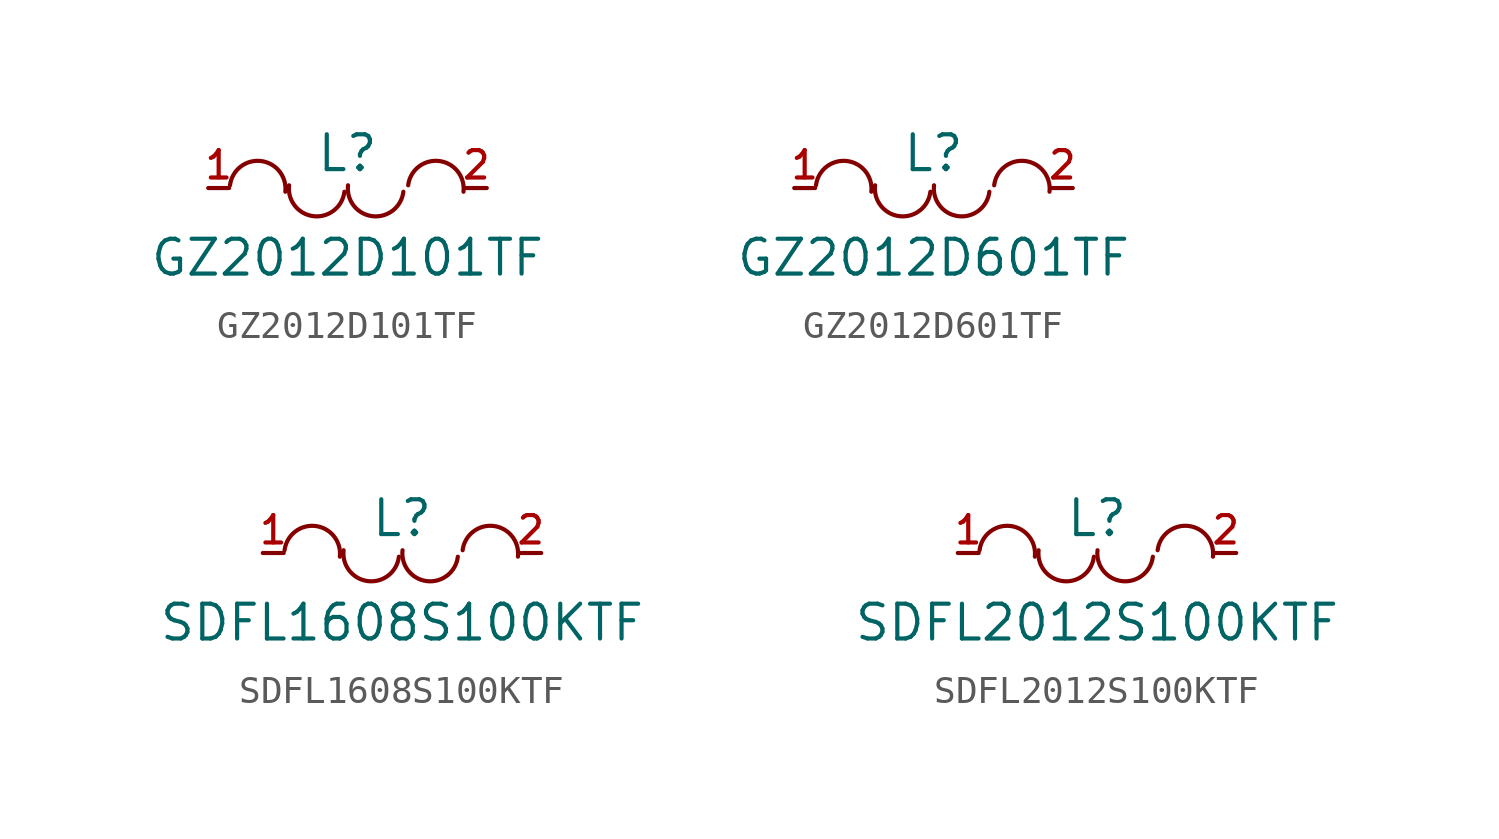
<source format=kicad_sym>
(kicad_symbol_lib
  (version 20220914)
  (generator kicad_symbol_editor)
  (symbol "GZ2012D101TF"
    (pin_names hide)
    (property "Reference" "L"
      (at 0 1.27 0)
      (effects (font (size 1.27 1.27))))
    (property "Value" "GZ2012D101TF"
      (at 0 -2.54 0)
      (effects (font (size 1.27 1.27))))
    (symbol "GZ2012D101TF_0_1"
      (arc (start -2.2674 -0.1341) (mid -3.1595 0.9883) (end -4.2858 0.1011) (stroke (width 0) (type default)) (fill (type none)))
      (arc (start -2.1318 0.1001) (mid -1.2406 -1.0269) (end -0.1135 -0.1357) (stroke (width 0) (type default)) (fill (type none)))
      (arc (start 0.0196 0.1001) (mid 0.9107 -1.0268) (end 2.0378 -0.1357) (stroke (width 0) (type default)) (fill (type none)))
      (arc (start 4.2312 -0.1341) (mid 3.3391 0.9883) (end 2.2128 0.1011) (stroke (width 0) (type default)) (fill (type none)))
      (pin unspecified line (at -5.08 0 0) (length 0.762) (name "1" (effects (font (size 1 1)))) (number "1" (effects (font (size 1 1)))))
      (pin unspecified line (at 5.08 0 180) (length 0.762) (name "2" (effects (font (size 1 1)))) (number "2" (effects (font (size 1 1)))))))
  (symbol "GZ2012D601TF"
    (pin_names hide)
    (property "Reference" "L"
      (at 0 1.27 0)
      (effects (font (size 1.27 1.27))))
    (property "Value" "GZ2012D601TF"
      (at 0 -2.54 0)
      (effects (font (size 1.27 1.27))))
    (symbol "GZ2012D601TF_0_1"
      (arc (start -2.2674 -0.1341) (mid -3.1595 0.9883) (end -4.2858 0.1011) (stroke (width 0) (type default)) (fill (type none)))
      (arc (start -2.1318 0.1001) (mid -1.2406 -1.0269) (end -0.1135 -0.1357) (stroke (width 0) (type default)) (fill (type none)))
      (arc (start 0.0196 0.1001) (mid 0.9107 -1.0268) (end 2.0378 -0.1357) (stroke (width 0) (type default)) (fill (type none)))
      (arc (start 4.2312 -0.1341) (mid 3.3391 0.9883) (end 2.2128 0.1011) (stroke (width 0) (type default)) (fill (type none)))
      (pin unspecified line (at -5.08 0 0) (length 0.762) (name "1" (effects (font (size 1 1)))) (number "1" (effects (font (size 1 1)))))
      (pin unspecified line (at 5.08 0 180) (length 0.762) (name "2" (effects (font (size 1 1)))) (number "2" (effects (font (size 1 1)))))))
  (symbol "SDFL1608S100KTF"
    (pin_names hide)
    (property "Reference" "L"
      (at 0 1.27 0)
      (effects (font (size 1.27 1.27))))
    (property "Value" "SDFL1608S100KTF"
      (at 0 -2.54 0)
      (effects (font (size 1.27 1.27))))
    (symbol "SDFL1608S100KTF_0_1"
      (arc (start -2.2674 -0.1341) (mid -3.1595 0.9883) (end -4.2858 0.1011) (stroke (width 0) (type default)) (fill (type none)))
      (arc (start -2.1318 0.1001) (mid -1.2406 -1.0269) (end -0.1135 -0.1357) (stroke (width 0) (type default)) (fill (type none)))
      (arc (start 0.0196 0.1001) (mid 0.9107 -1.0268) (end 2.0378 -0.1357) (stroke (width 0) (type default)) (fill (type none)))
      (arc (start 4.2312 -0.1341) (mid 3.3391 0.9883) (end 2.2128 0.1011) (stroke (width 0) (type default)) (fill (type none)))
      (pin unspecified line (at -5.08 0 0) (length 0.762) (name "1" (effects (font (size 1 1)))) (number "1" (effects (font (size 1 1)))))
      (pin unspecified line (at 5.08 0 180) (length 0.762) (name "2" (effects (font (size 1 1)))) (number "2" (effects (font (size 1 1)))))))
  (symbol "SDFL2012S100KTF"
    (pin_names hide)
    (property "Reference" "L"
      (at 0 1.27 0)
      (effects (font (size 1.27 1.27))))
    (property "Value" "SDFL2012S100KTF"
      (at 0 -2.54 0)
      (effects (font (size 1.27 1.27))))
    (symbol "SDFL2012S100KTF_0_1"
      (arc (start -2.2674 -0.1341) (mid -3.1595 0.9883) (end -4.2858 0.1011) (stroke (width 0) (type default)) (fill (type none)))
      (arc (start -2.1318 0.1001) (mid -1.2406 -1.0269) (end -0.1135 -0.1357) (stroke (width 0) (type default)) (fill (type none)))
      (arc (start 0.0196 0.1001) (mid 0.9107 -1.0268) (end 2.0378 -0.1357) (stroke (width 0) (type default)) (fill (type none)))
      (arc (start 4.2312 -0.1341) (mid 3.3391 0.9883) (end 2.2128 0.1011) (stroke (width 0) (type default)) (fill (type none)))
      (pin unspecified line (at -5.08 0 0) (length 0.762) (name "1" (effects (font (size 1 1)))) (number "1" (effects (font (size 1 1)))))
      (pin unspecified line (at 5.08 0 180) (length 0.762) (name "2" (effects (font (size 1 1)))) (number "2" (effects (font (size 1 1))))))))
</source>
